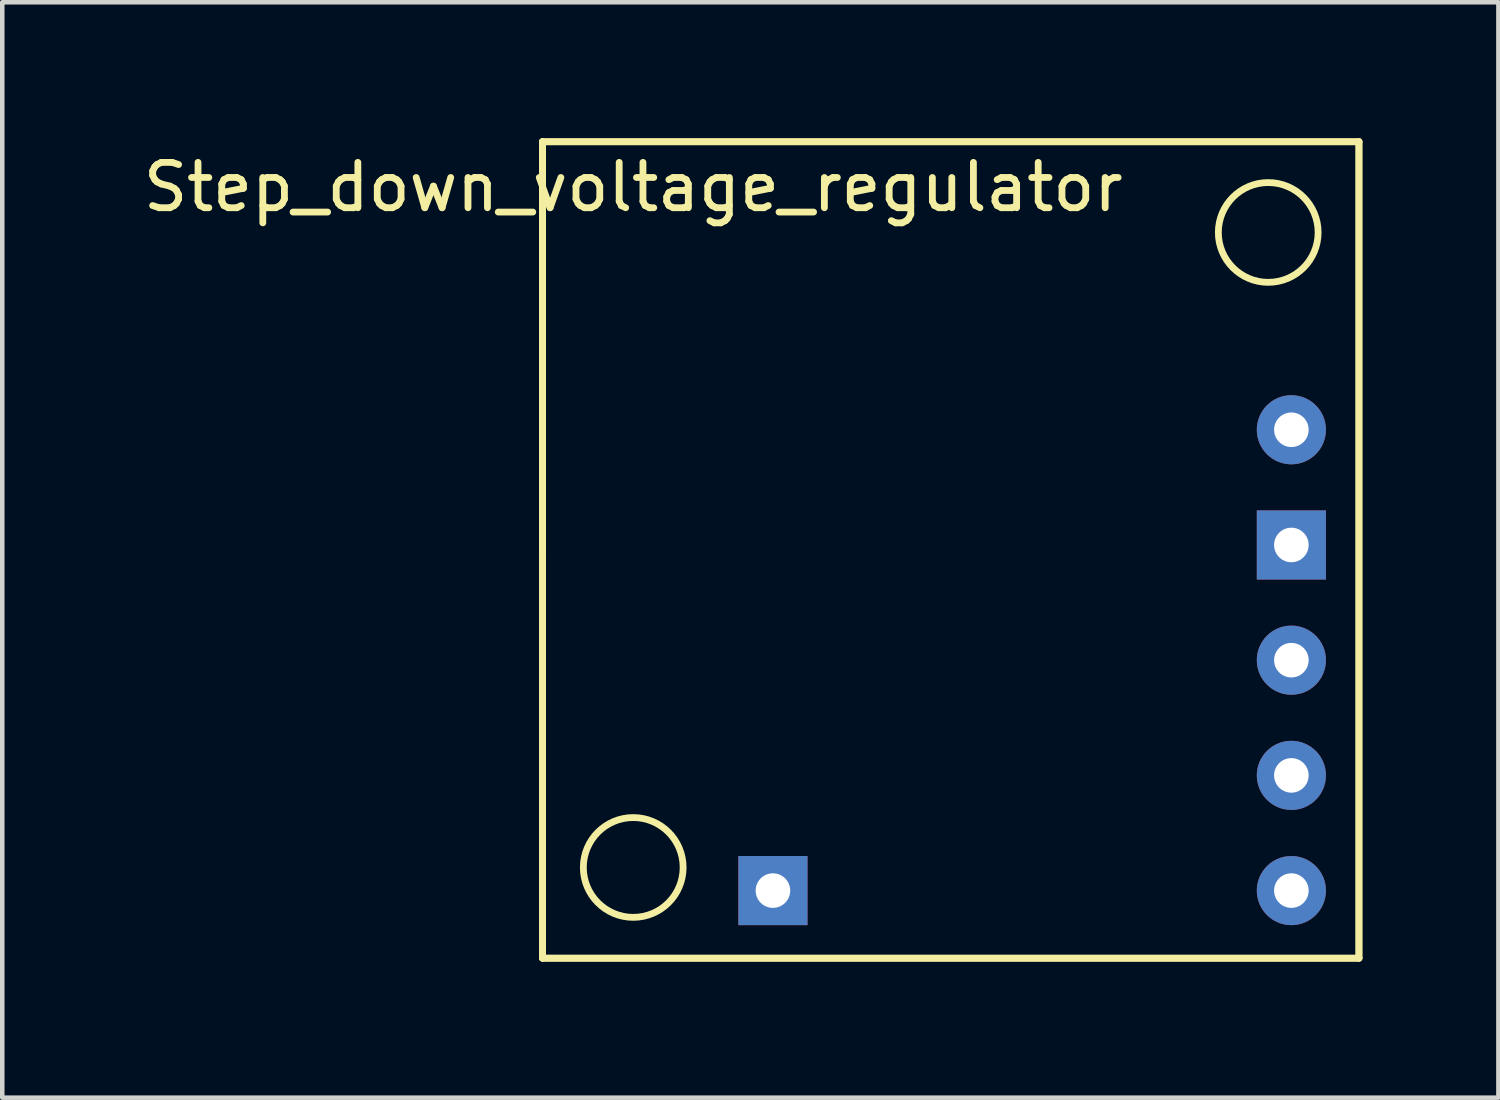
<source format=kicad_pcb>
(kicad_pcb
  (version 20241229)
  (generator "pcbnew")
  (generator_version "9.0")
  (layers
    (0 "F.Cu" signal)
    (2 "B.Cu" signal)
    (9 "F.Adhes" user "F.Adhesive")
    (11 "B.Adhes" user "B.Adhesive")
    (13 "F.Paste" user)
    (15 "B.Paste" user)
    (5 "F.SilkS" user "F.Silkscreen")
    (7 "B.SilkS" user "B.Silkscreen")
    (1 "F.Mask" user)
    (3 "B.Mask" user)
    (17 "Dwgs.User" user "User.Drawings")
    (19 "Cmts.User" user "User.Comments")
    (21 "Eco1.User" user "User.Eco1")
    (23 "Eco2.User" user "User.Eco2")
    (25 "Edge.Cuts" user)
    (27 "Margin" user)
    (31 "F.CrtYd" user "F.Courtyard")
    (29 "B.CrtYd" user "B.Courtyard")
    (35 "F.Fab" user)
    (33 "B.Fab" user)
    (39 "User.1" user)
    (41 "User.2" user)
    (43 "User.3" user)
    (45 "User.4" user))
  (footprint "Step_down_voltage_regulator"
    (layer "F.Cu")
    (at 17.911 9.075)
    (property "Reference" "Step_down_voltage_regulator" (at -7 -8 0) (layer "F.SilkS") (effects (font (size 1 1) (thickness 0.15))))
    (attr through_hole)
    (fp_line (start -9 -9) (end -9 0) (stroke (width 0.15) (type solid)) (layer "F.SilkS"))
    (fp_line (start -9 -9) (end -9 9) (stroke (width 0.15) (type solid)) (layer "F.SilkS"))
    (fp_line (start -9 -9) (end -9 9) (stroke (width 0.15) (type solid)) (layer "F.SilkS"))
    (fp_line (start -9 -9) (end 9 -9) (stroke (width 0.15) (type solid)) (layer "F.SilkS"))
    (fp_line (start -9 0) (end -9 -9) (stroke (width 0.15) (type solid)) (layer "F.SilkS"))
    (fp_line (start -9 9) (end 9 9) (stroke (width 0.15) (type solid)) (layer "F.SilkS"))
    (fp_line (start -9 9) (end 9 9) (stroke (width 0.15) (type solid)) (layer "F.SilkS"))
    (fp_line (start 9 -9) (end -9 -9) (stroke (width 0.15) (type solid)) (layer "F.SilkS"))
    (fp_line (start 9 9) (end 9 -9) (stroke (width 0.15) (type solid)) (layer "F.SilkS"))
    (fp_line (start 9 9) (end 9 -9) (stroke (width 0.15) (type solid)) (layer "F.SilkS"))
    (fp_circle (center -7 7) (end -5.9 7) (stroke (width 0.15) (type solid)) (fill no) (layer "F.SilkS"))
    (fp_circle (center 7 -7) (end 8.1 -7) (stroke (width 0.15) (type solid)) (fill no) (layer "F.SilkS"))
    (pad "1" thru_hole circle (at 7.51 -2.65) (size 1.524 1.524) (drill 0.762) (layers "*.Cu" "*.Mask"))
    (pad "2" thru_hole rect (at -3.92 7.51) (size 1.524 1.524) (drill 0.762) (layers "*.Cu" "*.Mask"))
    (pad "2" thru_hole rect (at 7.51 -0.11) (size 1.524 1.524) (drill 0.762) (layers "*.Cu" "*.Mask"))
    (pad "3" thru_hole circle (at 7.51 2.43) (size 1.524 1.524) (drill 0.762) (layers "*.Cu" "*.Mask"))
    (pad "4" thru_hole circle (at 7.51 4.97) (size 1.524 1.524) (drill 0.762) (layers "*.Cu" "*.Mask"))
    (pad "5" thru_hole circle (at 7.51 7.51) (size 1.524 1.524) (drill 0.762) (layers "*.Cu" "*.Mask")))
  (gr_rect
    (start -3 -3)
    (end 29.986 21.15)
    (stroke (width 0.1) (type default))
    (fill no)
    (layer "Edge.Cuts")))
</source>
